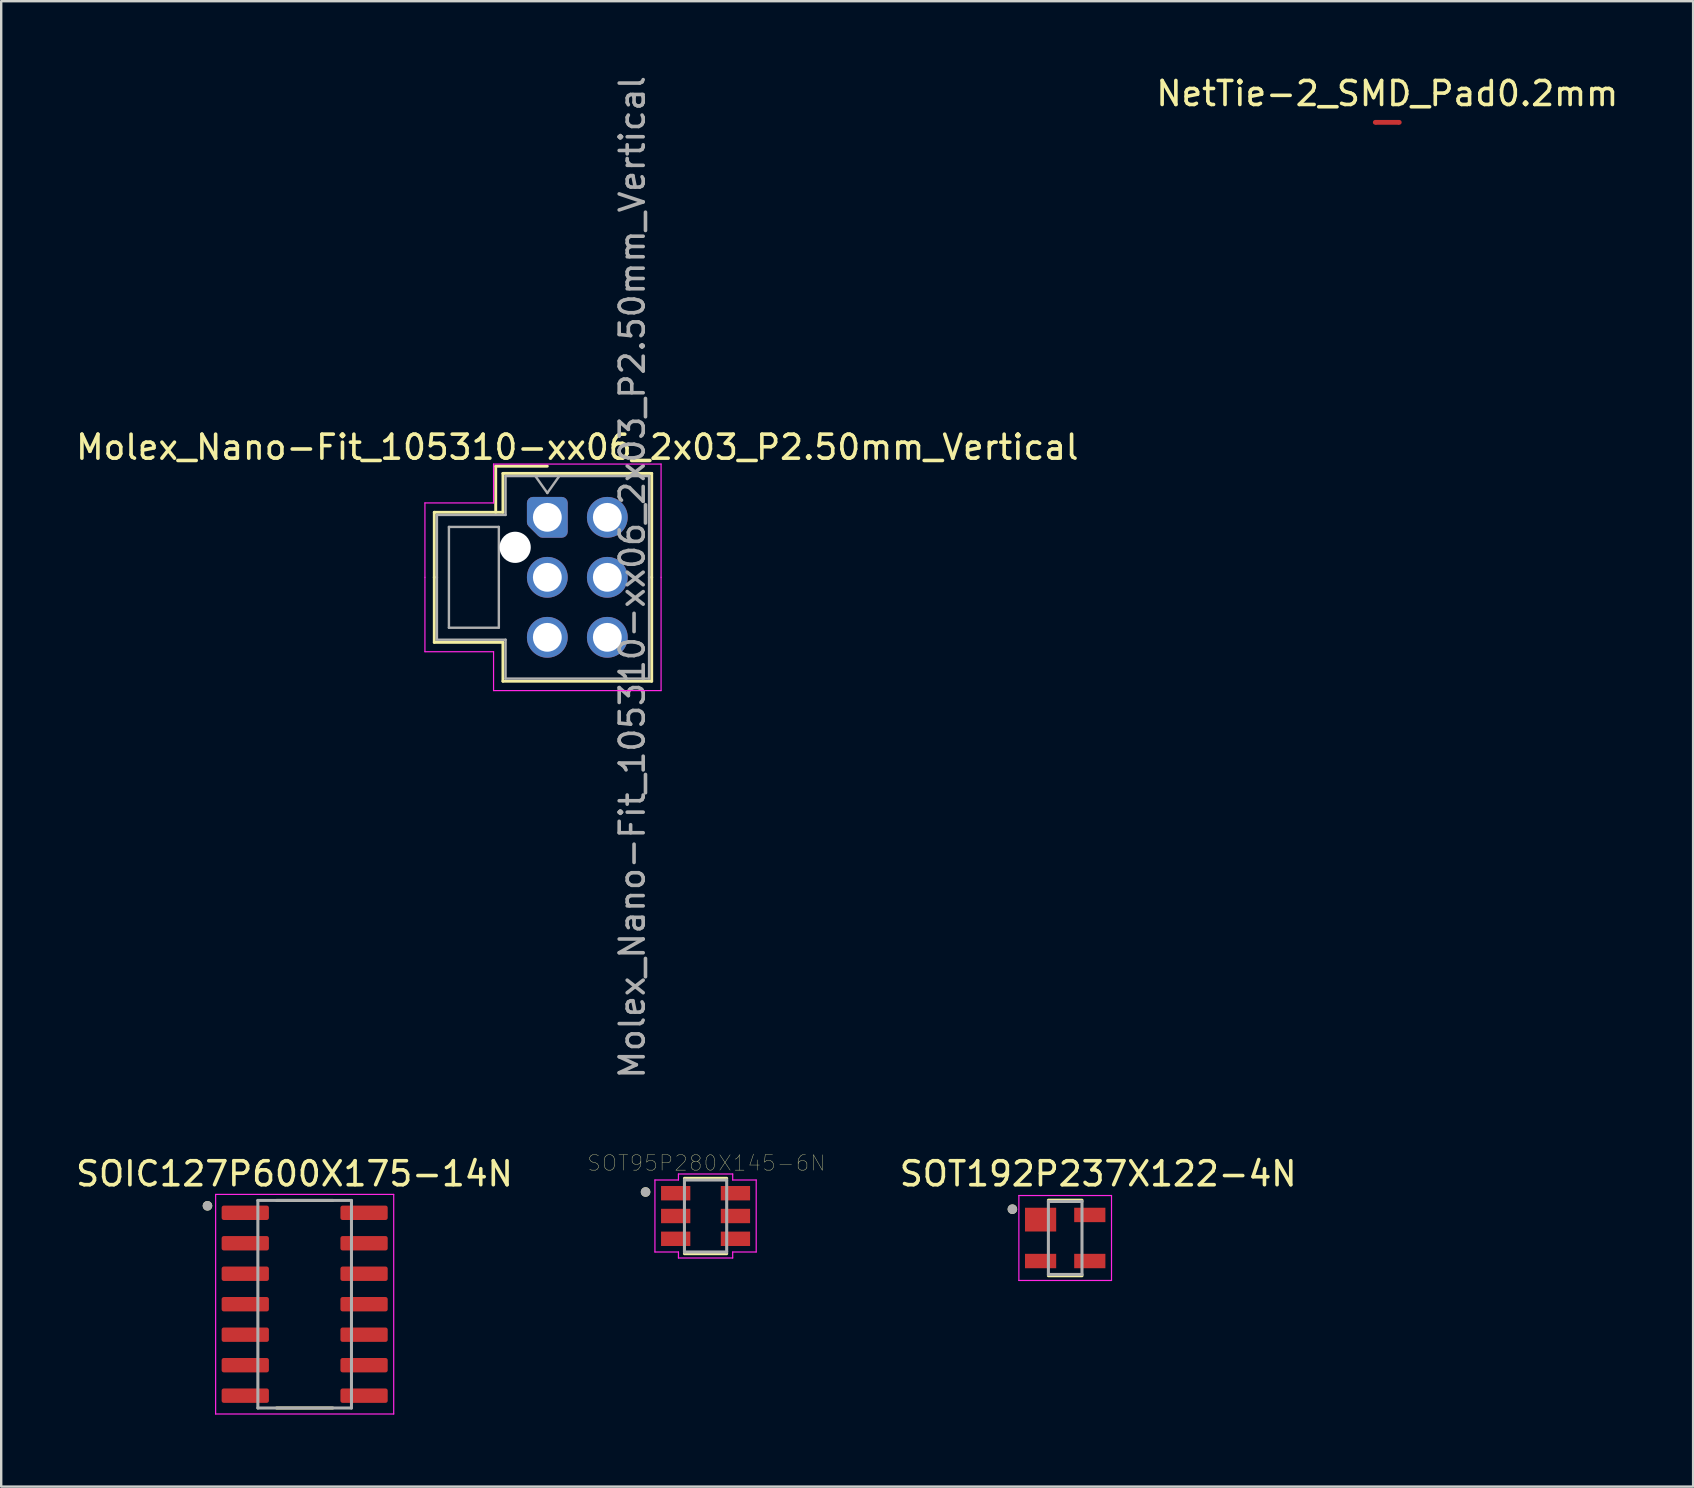
<source format=kicad_pcb>
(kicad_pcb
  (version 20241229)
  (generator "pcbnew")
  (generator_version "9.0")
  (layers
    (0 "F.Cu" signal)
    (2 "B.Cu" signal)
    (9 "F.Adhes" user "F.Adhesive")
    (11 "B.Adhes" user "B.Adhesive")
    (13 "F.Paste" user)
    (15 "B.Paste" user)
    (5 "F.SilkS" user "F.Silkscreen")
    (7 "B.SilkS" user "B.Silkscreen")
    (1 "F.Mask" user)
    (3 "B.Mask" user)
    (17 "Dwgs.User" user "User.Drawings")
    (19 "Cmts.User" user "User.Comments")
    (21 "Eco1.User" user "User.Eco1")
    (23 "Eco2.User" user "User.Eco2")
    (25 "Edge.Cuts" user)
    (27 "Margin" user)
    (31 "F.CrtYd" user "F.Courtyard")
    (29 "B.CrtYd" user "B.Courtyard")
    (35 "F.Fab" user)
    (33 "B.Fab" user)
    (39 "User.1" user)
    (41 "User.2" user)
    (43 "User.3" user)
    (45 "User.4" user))
  (footprint "NetTie-2_SMD_Pad0.2mm"
    (layer "F.Cu")
    (at 54.756 2.048)
    (property "Reference" "NetTie-2_SMD_Pad0.2mm" (at 0 -1.2 0) (layer "F.SilkS") (effects (font (size 1 1) (thickness 0.15))))
    (attr exclude_from_pos_files exclude_from_bom)
    (fp_poly (pts (xy -0.5 -0.1) (xy 0.5 -0.1) (xy 0.5 0.1) (xy -0.5 0.1)) (stroke (width 0) (type solid)) (fill yes) (layer "F.Cu"))
    (pad "1" smd circle (at -0.5 0) (size 0.2 0.2) (layers "F.Cu"))
    (pad "2" smd circle (at 0.5 0) (size 0.2 0.2) (layers "F.Cu")))
  (footprint "SOT192P237X122-4N"
    (layer "F.Cu")
    (at 41.335 48.535)
    (property "Reference" "SOT192P237X122-4N" (at 1.375 -2.675 0) (layer "F.SilkS") (effects (font (size 1 1) (thickness 0.15))))
    (attr through_hole)
    (fp_line (start -0.7 -1.574) (end 0.7 -1.574) (stroke (width 0.127) (type solid)) (layer "F.SilkS"))
    (fp_line (start 0.7 1.574) (end -0.7 1.574) (stroke (width 0.127) (type solid)) (layer "F.SilkS"))
    (fp_circle (center -2.2 -1.2) (end -2.1 -1.2) (stroke (width 0.2) (type solid)) (fill no) (layer "F.SilkS"))
    (fp_line (start -1.93 -1.77) (end 1.93 -1.77) (stroke (width 0.05) (type solid)) (layer "F.CrtYd"))
    (fp_line (start -1.93 1.77) (end -1.93 -1.77) (stroke (width 0.05) (type solid)) (layer "F.CrtYd"))
    (fp_line (start 1.93 -1.77) (end 1.93 1.77) (stroke (width 0.05) (type solid)) (layer "F.CrtYd"))
    (fp_line (start 1.93 1.77) (end -1.93 1.77) (stroke (width 0.05) (type solid)) (layer "F.CrtYd"))
    (fp_line (start -0.7 -1.52) (end 0.7 -1.52) (stroke (width 0.127) (type solid)) (layer "F.Fab"))
    (fp_line (start -0.7 1.52) (end -0.7 -1.52) (stroke (width 0.127) (type solid)) (layer "F.Fab"))
    (fp_line (start 0.7 -1.52) (end 0.7 1.52) (stroke (width 0.127) (type solid)) (layer "F.Fab"))
    (fp_line (start 0.7 1.52) (end -0.7 1.52) (stroke (width 0.127) (type solid)) (layer "F.Fab"))
    (fp_circle (center -2.2 -1.2) (end -2.1 -1.2) (stroke (width 0.2) (type solid)) (fill no) (layer "F.Fab"))
    (pad "1" smd rect (at -1.025 -0.765) (size 1.3 0.99) (layers "F.Cu" "F.Mask" "F.Paste"))
    (pad "2" smd rect (at -1.025 0.96) (size 1.3 0.6) (layers "F.Cu" "F.Mask" "F.Paste"))
    (pad "3" smd rect (at 1.025 0.96) (size 1.3 0.6) (layers "F.Cu" "F.Mask" "F.Paste"))
    (pad "4" smd rect (at 1.025 -0.96) (size 1.3 0.6) (layers "F.Cu" "F.Mask" "F.Paste")))
  (footprint "Molex_Nano-Fit_105310-xx06_2x03_P2.50mm_Vertical"
    (layer "F.Cu")
    (at 19.756 18.506)
    (property "Reference" "Molex_Nano-Fit_105310-xx06_2x03_P2.50mm_Vertical" (at 1.25 -2.92 0) (layer "F.SilkS") (effects (font (size 1 1) (thickness 0.15))))
    (attr through_hole)
    (fp_line (start -4.71 -0.21) (end -4.71 2.5) (stroke (width 0.12) (type solid)) (layer "F.SilkS"))
    (fp_line (start -4.71 5.21) (end -4.71 2.5) (stroke (width 0.12) (type solid)) (layer "F.SilkS"))
    (fp_line (start -2.15 -2.13) (end -2.15 -0.21) (stroke (width 0.12) (type solid)) (layer "F.SilkS"))
    (fp_line (start -1.85 -1.83) (end -1.85 -0.21) (stroke (width 0.12) (type solid)) (layer "F.SilkS"))
    (fp_line (start -1.85 -0.21) (end -4.71 -0.21) (stroke (width 0.12) (type solid)) (layer "F.SilkS"))
    (fp_line (start -1.85 5.21) (end -4.71 5.21) (stroke (width 0.12) (type solid)) (layer "F.SilkS"))
    (fp_line (start -1.85 6.83) (end -1.85 5.21) (stroke (width 0.12) (type solid)) (layer "F.SilkS"))
    (fp_line (start 0 -2.13) (end -2.15 -2.13) (stroke (width 0.12) (type solid)) (layer "F.SilkS"))
    (fp_line (start 4.35 -1.83) (end -1.85 -1.83) (stroke (width 0.12) (type solid)) (layer "F.SilkS"))
    (fp_line (start 4.35 2.5) (end 4.35 -1.83) (stroke (width 0.12) (type solid)) (layer "F.SilkS"))
    (fp_line (start 4.35 2.5) (end 4.35 6.83) (stroke (width 0.12) (type solid)) (layer "F.SilkS"))
    (fp_line (start 4.35 6.83) (end -1.85 6.83) (stroke (width 0.12) (type solid)) (layer "F.SilkS"))
    (fp_line (start -5.1 -0.6) (end -5.1 2.5) (stroke (width 0.05) (type solid)) (layer "F.CrtYd"))
    (fp_line (start -5.1 5.6) (end -5.1 2.5) (stroke (width 0.05) (type solid)) (layer "F.CrtYd"))
    (fp_line (start -2.24 -2.22) (end -2.24 -0.6) (stroke (width 0.05) (type solid)) (layer "F.CrtYd"))
    (fp_line (start -2.24 -0.6) (end -5.1 -0.6) (stroke (width 0.05) (type solid)) (layer "F.CrtYd"))
    (fp_line (start -2.24 5.6) (end -5.1 5.6) (stroke (width 0.05) (type solid)) (layer "F.CrtYd"))
    (fp_line (start -2.24 7.22) (end -2.24 5.6) (stroke (width 0.05) (type solid)) (layer "F.CrtYd"))
    (fp_line (start 4.74 -2.22) (end -2.24 -2.22) (stroke (width 0.05) (type solid)) (layer "F.CrtYd"))
    (fp_line (start 4.74 2.5) (end 4.74 -2.22) (stroke (width 0.05) (type solid)) (layer "F.CrtYd"))
    (fp_line (start 4.74 2.5) (end 4.74 7.22) (stroke (width 0.05) (type solid)) (layer "F.CrtYd"))
    (fp_line (start 4.74 7.22) (end -2.24 7.22) (stroke (width 0.05) (type solid)) (layer "F.CrtYd"))
    (fp_line (start -4.6 -0.1) (end -4.6 2.5) (stroke (width 0.1) (type solid)) (layer "F.Fab"))
    (fp_line (start -4.6 5.1) (end -4.6 2.5) (stroke (width 0.1) (type solid)) (layer "F.Fab"))
    (fp_line (start -4.1 0.4) (end -4.1 4.6) (stroke (width 0.1) (type solid)) (layer "F.Fab"))
    (fp_line (start -4.1 4.6) (end -2.02 4.6) (stroke (width 0.1) (type solid)) (layer "F.Fab"))
    (fp_line (start -2.02 0.4) (end -4.1 0.4) (stroke (width 0.1) (type solid)) (layer "F.Fab"))
    (fp_line (start -2.02 4.6) (end -2.02 0.4) (stroke (width 0.1) (type solid)) (layer "F.Fab"))
    (fp_line (start -1.74 -1.72) (end -1.74 -0.1) (stroke (width 0.1) (type solid)) (layer "F.Fab"))
    (fp_line (start -1.74 -0.1) (end -4.6 -0.1) (stroke (width 0.1) (type solid)) (layer "F.Fab"))
    (fp_line (start -1.74 5.1) (end -4.6 5.1) (stroke (width 0.1) (type solid)) (layer "F.Fab"))
    (fp_line (start -1.74 6.72) (end -1.74 5.1) (stroke (width 0.1) (type solid)) (layer "F.Fab"))
    (fp_line (start -0.5 -1.72) (end 0 -1.013) (stroke (width 0.1) (type solid)) (layer "F.Fab"))
    (fp_line (start 0 -1.013) (end 0.5 -1.72) (stroke (width 0.1) (type solid)) (layer "F.Fab"))
    (fp_line (start 4.24 -1.72) (end -1.74 -1.72) (stroke (width 0.1) (type solid)) (layer "F.Fab"))
    (fp_line (start 4.24 2.5) (end 4.24 -1.72) (stroke (width 0.1) (type solid)) (layer "F.Fab"))
    (fp_line (start 4.24 2.5) (end 4.24 6.72) (stroke (width 0.1) (type solid)) (layer "F.Fab"))
    (fp_line (start 4.24 6.72) (end -1.74 6.72) (stroke (width 0.1) (type solid)) (layer "F.Fab"))
    (fp_text user "${REFERENCE}" (at 3.54 2.5 90) (layer "F.Fab") (effects (font (size 1 1) (thickness 0.15))))
    (pad "" np_thru_hole circle (at -1.34 1.25) (size 1.3 1.3) (drill 1.3) (layers "*.Cu" "*.Mask"))
    (pad "1" thru_hole custom (at 0 0) (size 1.417 1.417) (drill 1.2) (layers "*.Cu" "*.Mask") (options (anchor circle)) (primitives (gr_poly (pts (xy -0.6 -0.6) (xy 0.6 -0.6) (xy 0.6 0.6) (xy -0.2 0.6) (xy -0.6 0.2)) (width 0.5) (fill yes))))
    (pad "2" thru_hole circle (at 0 2.5) (size 1.7 1.7) (drill 1.2) (layers "*.Cu" "*.Mask"))
    (pad "3" thru_hole circle (at 0 5) (size 1.7 1.7) (drill 1.2) (layers "*.Cu" "*.Mask"))
    (pad "4" thru_hole circle (at 2.5 0) (size 1.7 1.7) (drill 1.2) (layers "*.Cu" "*.Mask"))
    (pad "5" thru_hole circle (at 2.5 2.5) (size 1.7 1.7) (drill 1.2) (layers "*.Cu" "*.Mask"))
    (pad "6" thru_hole circle (at 2.5 5) (size 1.7 1.7) (drill 1.2) (layers "*.Cu" "*.Mask")))
  (footprint "SOT95P280X145-6N"
    (layer "F.Cu")
    (at 26.35 47.619)
    (property "Reference" "SOT95P280X145-6N" (at 0.032 -2.206 0) (layer "F.SilkS") (effects (font (size 0.64 0.64) (thickness 0.015))))
    (attr through_hole)
    (fp_line (start -0.88 -1.57) (end 0.88 -1.57) (stroke (width 0.127) (type solid)) (layer "F.SilkS"))
    (fp_line (start -0.88 1.57) (end 0.88 1.57) (stroke (width 0.127) (type solid)) (layer "F.SilkS"))
    (fp_circle (center -2.5 -1) (end -2.4 -1) (stroke (width 0.2) (type solid)) (fill no) (layer "F.SilkS"))
    (fp_line (start -2.11 -1.5) (end -2.11 1.5) (stroke (width 0.05) (type solid)) (layer "F.CrtYd"))
    (fp_line (start -2.11 -1.5) (end -1.13 -1.5) (stroke (width 0.05) (type solid)) (layer "F.CrtYd"))
    (fp_line (start -1.13 -1.75) (end 1.13 -1.75) (stroke (width 0.05) (type solid)) (layer "F.CrtYd"))
    (fp_line (start -1.13 -1.5) (end -1.13 -1.75) (stroke (width 0.05) (type solid)) (layer "F.CrtYd"))
    (fp_line (start -1.13 1.5) (end -2.11 1.5) (stroke (width 0.05) (type solid)) (layer "F.CrtYd"))
    (fp_line (start -1.13 1.75) (end -1.13 1.5) (stroke (width 0.05) (type solid)) (layer "F.CrtYd"))
    (fp_line (start 1.13 -1.75) (end 1.13 -1.5) (stroke (width 0.05) (type solid)) (layer "F.CrtYd"))
    (fp_line (start 1.13 -1.5) (end 2.11 -1.5) (stroke (width 0.05) (type solid)) (layer "F.CrtYd"))
    (fp_line (start 1.13 1.5) (end 1.13 1.75) (stroke (width 0.05) (type solid)) (layer "F.CrtYd"))
    (fp_line (start 1.13 1.75) (end -1.13 1.75) (stroke (width 0.05) (type solid)) (layer "F.CrtYd"))
    (fp_line (start 2.11 1.5) (end 1.13 1.5) (stroke (width 0.05) (type solid)) (layer "F.CrtYd"))
    (fp_line (start 2.11 1.5) (end 2.11 -1.5) (stroke (width 0.05) (type solid)) (layer "F.CrtYd"))
    (fp_line (start -0.88 -1.5) (end 0.88 -1.5) (stroke (width 0.127) (type solid)) (layer "F.Fab"))
    (fp_line (start -0.88 1.5) (end -0.88 -1.5) (stroke (width 0.127) (type solid)) (layer "F.Fab"))
    (fp_line (start 0.88 -1.5) (end 0.88 1.5) (stroke (width 0.127) (type solid)) (layer "F.Fab"))
    (fp_line (start 0.88 1.5) (end -0.88 1.5) (stroke (width 0.127) (type solid)) (layer "F.Fab"))
    (fp_circle (center -2.5 -1) (end -2.4 -1) (stroke (width 0.2) (type solid)) (fill no) (layer "F.Fab"))
    (pad "1" smd rect (at -1.245 -0.95) (size 1.22 0.6) (layers "F.Cu" "F.Mask" "F.Paste"))
    (pad "2" smd rect (at -1.245 0) (size 1.22 0.6) (layers "F.Cu" "F.Mask" "F.Paste"))
    (pad "3" smd rect (at -1.245 0.95) (size 1.22 0.6) (layers "F.Cu" "F.Mask" "F.Paste"))
    (pad "4" smd rect (at 1.245 0.95) (size 1.22 0.6) (layers "F.Cu" "F.Mask" "F.Paste"))
    (pad "5" smd rect (at 1.245 0) (size 1.22 0.6) (layers "F.Cu" "F.Mask" "F.Paste"))
    (pad "6" smd rect (at 1.245 -0.95) (size 1.22 0.6) (layers "F.Cu" "F.Mask" "F.Paste")))
  (footprint "SOIC127P600X175-14N"
    (layer "F.Cu")
    (at 9.645 51.295)
    (property "Reference" "SOIC127P600X175-14N" (at -0.425 -5.435 0) (layer "F.SilkS") (effects (font (size 1 1) (thickness 0.15))))
    (attr through_hole)
    (fp_line (start -1.17 -4.325) (end 1.17 -4.325) (stroke (width 0.127) (type solid)) (layer "F.SilkS"))
    (fp_line (start -1.17 4.325) (end 1.17 4.325) (stroke (width 0.127) (type solid)) (layer "F.SilkS"))
    (fp_circle (center -4.05 -4.1) (end -3.95 -4.1) (stroke (width 0.2) (type solid)) (fill no) (layer "F.SilkS"))
    (fp_line (start -3.71 -4.575) (end 3.71 -4.575) (stroke (width 0.05) (type solid)) (layer "F.CrtYd"))
    (fp_line (start -3.71 4.575) (end -3.71 -4.575) (stroke (width 0.05) (type solid)) (layer "F.CrtYd"))
    (fp_line (start 3.71 -4.575) (end 3.71 4.575) (stroke (width 0.05) (type solid)) (layer "F.CrtYd"))
    (fp_line (start 3.71 4.575) (end -3.71 4.575) (stroke (width 0.05) (type solid)) (layer "F.CrtYd"))
    (fp_line (start -1.95 -4.325) (end 1.95 -4.325) (stroke (width 0.127) (type solid)) (layer "F.Fab"))
    (fp_line (start -1.95 4.325) (end -1.95 -4.325) (stroke (width 0.127) (type solid)) (layer "F.Fab"))
    (fp_line (start 1.95 -4.325) (end 1.95 4.325) (stroke (width 0.127) (type solid)) (layer "F.Fab"))
    (fp_line (start 1.95 4.325) (end -1.95 4.325) (stroke (width 0.127) (type solid)) (layer "F.Fab"))
    (fp_circle (center -4.05 -4.1) (end -3.95 -4.1) (stroke (width 0.2) (type solid)) (fill no) (layer "F.Fab"))
    (pad "1" smd roundrect (at -2.475 -3.81) (size 1.97 0.6) (layers "F.Cu" "F.Mask" "F.Paste") (roundrect_rratio 0.15))
    (pad "2" smd roundrect (at -2.475 -2.54) (size 1.97 0.6) (layers "F.Cu" "F.Mask" "F.Paste") (roundrect_rratio 0.15))
    (pad "3" smd roundrect (at -2.475 -1.27) (size 1.97 0.6) (layers "F.Cu" "F.Mask" "F.Paste") (roundrect_rratio 0.15))
    (pad "4" smd roundrect (at -2.475 0) (size 1.97 0.6) (layers "F.Cu" "F.Mask" "F.Paste") (roundrect_rratio 0.15))
    (pad "5" smd roundrect (at -2.475 1.27) (size 1.97 0.6) (layers "F.Cu" "F.Mask" "F.Paste") (roundrect_rratio 0.15))
    (pad "6" smd roundrect (at -2.475 2.54) (size 1.97 0.6) (layers "F.Cu" "F.Mask" "F.Paste") (roundrect_rratio 0.15))
    (pad "7" smd roundrect (at -2.475 3.81) (size 1.97 0.6) (layers "F.Cu" "F.Mask" "F.Paste") (roundrect_rratio 0.15))
    (pad "8" smd roundrect (at 2.475 3.81) (size 1.97 0.6) (layers "F.Cu" "F.Mask" "F.Paste") (roundrect_rratio 0.15))
    (pad "9" smd roundrect (at 2.475 2.54) (size 1.97 0.6) (layers "F.Cu" "F.Mask" "F.Paste") (roundrect_rratio 0.15))
    (pad "10" smd roundrect (at 2.475 1.27) (size 1.97 0.6) (layers "F.Cu" "F.Mask" "F.Paste") (roundrect_rratio 0.15))
    (pad "11" smd roundrect (at 2.475 0) (size 1.97 0.6) (layers "F.Cu" "F.Mask" "F.Paste") (roundrect_rratio 0.15))
    (pad "12" smd roundrect (at 2.475 -1.27) (size 1.97 0.6) (layers "F.Cu" "F.Mask" "F.Paste") (roundrect_rratio 0.15))
    (pad "13" smd roundrect (at 2.475 -2.54) (size 1.97 0.6) (layers "F.Cu" "F.Mask" "F.Paste") (roundrect_rratio 0.15))
    (pad "14" smd roundrect (at 2.475 -3.81) (size 1.97 0.6) (layers "F.Cu" "F.Mask" "F.Paste") (roundrect_rratio 0.15)))
  (gr_rect
    (start -3 -3)
    (end 67.5 58.895)
    (stroke (width 0.1) (type default))
    (fill no)
    (layer "Edge.Cuts")))
</source>
